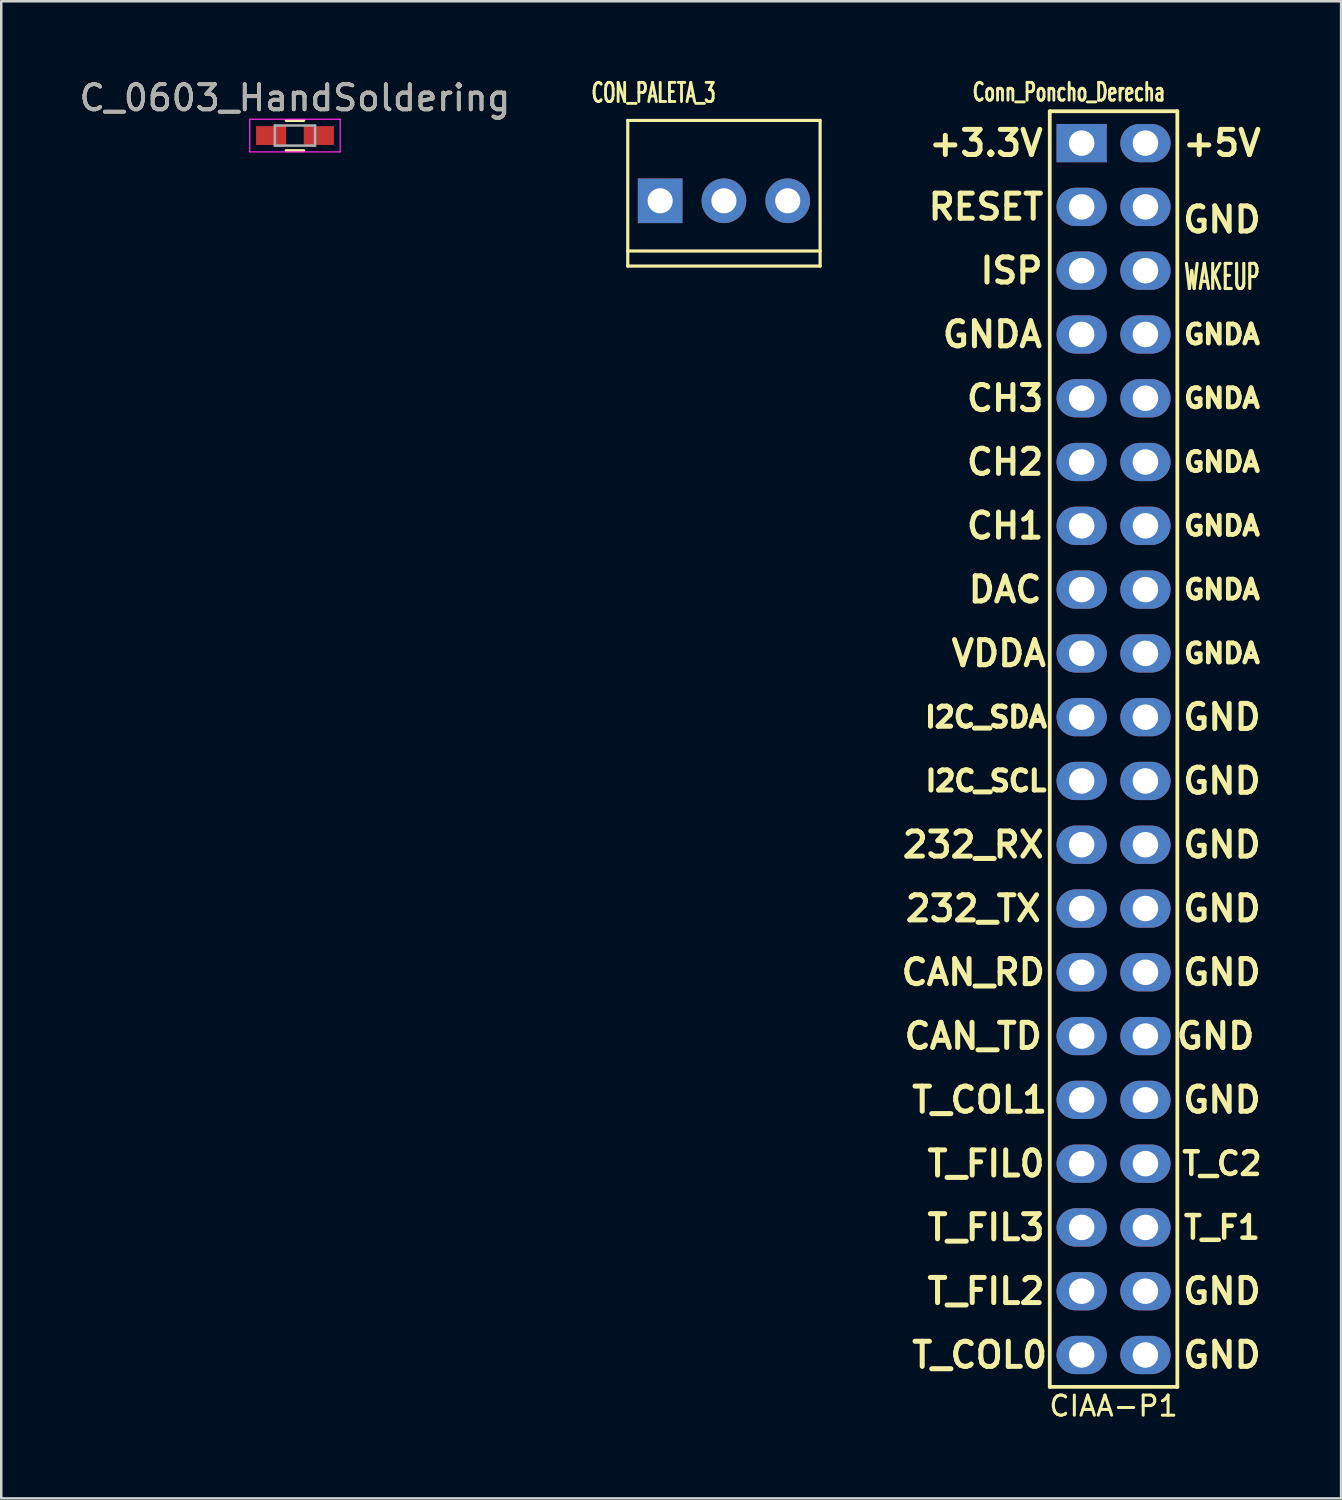
<source format=kicad_pcb>
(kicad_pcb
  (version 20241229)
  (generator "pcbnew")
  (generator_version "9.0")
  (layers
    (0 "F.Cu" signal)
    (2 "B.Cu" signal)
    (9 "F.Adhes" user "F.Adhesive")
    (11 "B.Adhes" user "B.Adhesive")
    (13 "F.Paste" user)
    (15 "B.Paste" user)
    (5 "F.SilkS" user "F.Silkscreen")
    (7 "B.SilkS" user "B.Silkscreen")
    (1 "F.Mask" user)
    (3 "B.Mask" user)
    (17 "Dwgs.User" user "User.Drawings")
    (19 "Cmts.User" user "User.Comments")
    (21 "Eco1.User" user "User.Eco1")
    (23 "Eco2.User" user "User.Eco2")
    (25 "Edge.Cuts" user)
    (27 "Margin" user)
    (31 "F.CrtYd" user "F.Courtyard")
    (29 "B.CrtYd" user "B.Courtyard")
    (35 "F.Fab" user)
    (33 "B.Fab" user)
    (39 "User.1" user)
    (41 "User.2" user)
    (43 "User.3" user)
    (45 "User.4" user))
  (footprint "C_0603_HandSoldering"
    (layer "F.Cu")
    (at 8.696 2.348)
    (property "Reference" "C_0603_HandSoldering" (at 0 -1.5 0) (layer "F.SilkS") (effects (font (size 1 1) (thickness 0.15))))
    (attr smd)
    (fp_line (start -0.35 -0.6) (end 0.35 -0.6) (stroke (width 0.12) (type solid)) (layer "F.SilkS"))
    (fp_line (start 0.35 0.6) (end -0.35 0.6) (stroke (width 0.12) (type solid)) (layer "F.SilkS"))
    (fp_line (start -1.8 -0.65) (end -1.8 0.65) (stroke (width 0.05) (type solid)) (layer "F.CrtYd"))
    (fp_line (start -1.8 -0.65) (end 1.8 -0.65) (stroke (width 0.05) (type solid)) (layer "F.CrtYd"))
    (fp_line (start 1.8 0.65) (end -1.8 0.65) (stroke (width 0.05) (type solid)) (layer "F.CrtYd"))
    (fp_line (start 1.8 0.65) (end 1.8 -0.65) (stroke (width 0.05) (type solid)) (layer "F.CrtYd"))
    (fp_line (start -0.8 -0.4) (end 0.8 -0.4) (stroke (width 0.1) (type solid)) (layer "F.Fab"))
    (fp_line (start -0.8 0.4) (end -0.8 -0.4) (stroke (width 0.1) (type solid)) (layer "F.Fab"))
    (fp_line (start 0.8 -0.4) (end 0.8 0.4) (stroke (width 0.1) (type solid)) (layer "F.Fab"))
    (fp_line (start 0.8 0.4) (end -0.8 0.4) (stroke (width 0.1) (type solid)) (layer "F.Fab"))
    (fp_text user "${REFERENCE}" (at 0 -1.5 0) (layer "F.Fab") (effects (font (size 1 1) (thickness 0.15))))
    (pad "1" smd rect (at -0.95 0) (size 1.2 0.75) (layers "F.Cu" "F.Mask" "F.Paste"))
    (pad "2" smd rect (at 0.95 0) (size 1.2 0.75) (layers "F.Cu" "F.Mask" "F.Paste")))
  (footprint "CON_PALETA_3"
    (layer "F.Cu")
    (at 25.779 4.946)
    (property "Reference" "CON_PALETA_3" (at -2.8 -4.3 0) (layer "F.SilkS") (effects (font (size 0.762 0.457) (thickness 0.127))))
    (attr through_hole)
    (fp_line (start -3.83 -3.2) (end 3.83 -3.2) (stroke (width 0.127) (type solid)) (layer "F.SilkS"))
    (fp_line (start -3.83 2.6) (end -3.83 -3.2) (stroke (width 0.127) (type solid)) (layer "F.SilkS"))
    (fp_line (start 3.83 -3.2) (end 3.83 2.6) (stroke (width 0.127) (type solid)) (layer "F.SilkS"))
    (fp_line (start 3.83 2) (end -3.83 2) (stroke (width 0.127) (type solid)) (layer "F.SilkS"))
    (fp_line (start 3.83 2.6) (end -3.83 2.6) (stroke (width 0.127) (type solid)) (layer "F.SilkS"))
    (pad "1" thru_hole rect (at -2.54 0) (size 1.778 1.778) (drill 1) (layers "*.Cu" "*.Mask"))
    (pad "2" thru_hole circle (at 0 0) (size 1.778 1.778) (drill 1) (layers "*.Cu" "*.Mask"))
    (pad "3" thru_hole circle (at 2.54 0) (size 1.778 1.778) (drill 1) (layers "*.Cu" "*.Mask")))
  (footprint "Conn_Poncho_Derecha"
    (layer "F.Cu")
    (at 40.024 2.649)
    (property "Reference" "Conn_Poncho_Derecha" (at -0.508 -2.032 0) (layer "F.SilkS") (effects (font (size 0.711 0.457) (thickness 0.114))))
    (attr through_hole)
    (fp_line (start -1.27 49.53) (end -1.27 -1.27) (stroke (width 0.15) (type solid)) (layer "F.SilkS"))
    (fp_line (start 3.81 -1.27) (end -1.27 -1.27) (stroke (width 0.15) (type solid)) (layer "F.SilkS"))
    (fp_line (start 3.81 49.53) (end -1.27 49.53) (stroke (width 0.15) (type solid)) (layer "F.SilkS"))
    (fp_line (start 3.81 49.53) (end 3.81 -1.27) (stroke (width 0.15) (type solid)) (layer "F.SilkS"))
    (fp_text user "T_C2" (at 5.588 40.64 0) (layer "F.SilkS") (effects (font (size 0.9 0.9) (thickness 0.18))))
    (fp_text user "T_F1" (at 5.588 43.18 0) (layer "F.SilkS") (effects (font (size 0.9 0.9) (thickness 0.18))))
    (fp_text user "GNDA" (at 5.588 10.16 0) (layer "F.SilkS") (effects (font (size 0.76 0.76) (thickness 0.19))))
    (fp_text user "VDDA" (at -3.302 20.32 0) (layer "F.SilkS") (effects (font (size 1 1) (thickness 0.2))))
    (fp_text user "CAN_RD" (at -4.318 33.02 0) (layer "F.SilkS") (effects (font (size 1 1) (thickness 0.2))))
    (fp_text user "GNDA" (at -3.556 7.62 0) (layer "F.SilkS") (effects (font (size 1 1) (thickness 0.2))))
    (fp_text user "CH3" (at -3.048 10.16 0) (layer "F.SilkS") (effects (font (size 1 1) (thickness 0.2))))
    (fp_text user "GND" (at 5.588 38.1 0) (layer "F.SilkS") (effects (font (size 1 1) (thickness 0.2))))
    (fp_text user "+3.3V" (at -3.81 0 0) (layer "F.SilkS") (effects (font (size 1 1) (thickness 0.2))))
    (fp_text user "CIAA-P1" (at 1.27 50.292 0) (layer "F.SilkS") (effects (font (size 0.8 0.8) (thickness 0.12))))
    (fp_text user "GND" (at 5.588 30.48 0) (layer "F.SilkS") (effects (font (size 1 1) (thickness 0.2))))
    (fp_text user "GND" (at 5.588 33.02 0) (layer "F.SilkS") (effects (font (size 1 1) (thickness 0.2))))
    (fp_text user "GND" (at 5.588 22.86 0) (layer "F.SilkS") (effects (font (size 1 1) (thickness 0.2))))
    (fp_text user "DAC" (at -3.048 17.78 0) (layer "F.SilkS") (effects (font (size 1 1) (thickness 0.2))))
    (fp_text user "GND" (at 5.588 25.4 0) (layer "F.SilkS") (effects (font (size 1 1) (thickness 0.2))))
    (fp_text user "232_TX" (at -4.318 30.48 0) (layer "F.SilkS") (effects (font (size 1 1) (thickness 0.2))))
    (fp_text user "+5V" (at 5.588 0 0) (layer "F.SilkS") (effects (font (size 1 1) (thickness 0.2))))
    (fp_text user "CH2" (at -3.048 12.7 0) (layer "F.SilkS") (effects (font (size 1 1) (thickness 0.2))))
    (fp_text user "WAKEUP" (at 5.588 5.334 0) (layer "F.SilkS") (effects (font (size 1 0.5) (thickness 0.125))))
    (fp_text user "GND" (at 5.588 45.72 0) (layer "F.SilkS") (effects (font (size 1 1) (thickness 0.2))))
    (fp_text user "I2C_SCL" (at -3.81 25.4 0) (layer "F.SilkS") (effects (font (size 0.8 0.8) (thickness 0.2))))
    (fp_text user "ISP" (at -2.794 5.08 0) (layer "F.SilkS") (effects (font (size 1 1) (thickness 0.2))))
    (fp_text user "GNDA" (at 5.588 20.32 0) (layer "F.SilkS") (effects (font (size 0.76 0.76) (thickness 0.19))))
    (fp_text user "T_FIL2" (at -3.81 45.72 0) (layer "F.SilkS") (effects (font (size 1 1) (thickness 0.2))))
    (fp_text user "GND" (at 5.588 48.26 0) (layer "F.SilkS") (effects (font (size 1 1) (thickness 0.2))))
    (fp_text user "GNDA" (at 5.588 17.78 0) (layer "F.SilkS") (effects (font (size 0.76 0.76) (thickness 0.19))))
    (fp_text user "GND" (at 5.588 3.048 0) (layer "F.SilkS") (effects (font (size 1 1) (thickness 0.2))))
    (fp_text user "GND" (at 5.334 35.56 0) (layer "F.SilkS") (effects (font (size 1 1) (thickness 0.2))))
    (fp_text user "T_FIL0" (at -3.81 40.64 0) (layer "F.SilkS") (effects (font (size 1 1) (thickness 0.2))))
    (fp_text user "CAN_TD" (at -4.318 35.56 0) (layer "F.SilkS") (effects (font (size 1 1) (thickness 0.2))))
    (fp_text user "RESET" (at -3.81 2.54 0) (layer "F.SilkS") (effects (font (size 1 1) (thickness 0.2))))
    (fp_text user "CH1" (at -3.048 15.24 0) (layer "F.SilkS") (effects (font (size 1 1) (thickness 0.2))))
    (fp_text user "T_COL0" (at -4.064 48.26 0) (layer "F.SilkS") (effects (font (size 1 1) (thickness 0.2))))
    (fp_text user "GNDA" (at 5.588 12.7 0) (layer "F.SilkS") (effects (font (size 0.76 0.76) (thickness 0.19))))
    (fp_text user "GND" (at 5.588 27.94 0) (layer "F.SilkS") (effects (font (size 1 1) (thickness 0.2))))
    (fp_text user "T_COL1" (at -4.064 38.1 0) (layer "F.SilkS") (effects (font (size 1 1) (thickness 0.2))))
    (fp_text user "GNDA" (at 5.588 15.24 0) (layer "F.SilkS") (effects (font (size 0.76 0.76) (thickness 0.19))))
    (fp_text user "T_FIL3" (at -3.81 43.18 0) (layer "F.SilkS") (effects (font (size 1 1) (thickness 0.2))))
    (fp_text user "GNDA" (at 5.588 7.62 0) (layer "F.SilkS") (effects (font (size 0.76 0.76) (thickness 0.19))))
    (fp_text user "I2C_SDA" (at -3.81 22.86 0) (layer "F.SilkS") (effects (font (size 0.8 0.8) (thickness 0.2))))
    (fp_text user "232_RX" (at -4.318 27.94 0) (layer "F.SilkS") (effects (font (size 1 1) (thickness 0.2))))
    (pad "1" thru_hole rect (at 0 0 270) (size 1.524 2) (drill 1.016) (layers "*.Cu" "*.Mask"))
    (pad "2" thru_hole oval (at 2.54 0 270) (size 1.524 2) (drill 1.016) (layers "*.Cu" "*.Mask"))
    (pad "3" thru_hole oval (at 0 2.54 270) (size 1.524 2) (drill 1.016) (layers "*.Cu" "*.Mask"))
    (pad "4" thru_hole oval (at 2.54 2.54 270) (size 1.524 2) (drill 1.016) (layers "*.Cu" "*.Mask"))
    (pad "5" thru_hole oval (at 0 5.08 270) (size 1.524 2) (drill 1.016) (layers "*.Cu" "*.Mask"))
    (pad "6" thru_hole oval (at 2.54 5.08 270) (size 1.524 2) (drill 1.016) (layers "*.Cu" "*.Mask"))
    (pad "7" thru_hole oval (at 0 7.62 270) (size 1.524 2) (drill 1.016) (layers "*.Cu" "*.Mask"))
    (pad "8" thru_hole oval (at 2.54 7.62 270) (size 1.524 2) (drill 1.016) (layers "*.Cu" "*.Mask"))
    (pad "9" thru_hole oval (at 0 10.16 270) (size 1.524 2) (drill 1.016) (layers "*.Cu" "*.Mask"))
    (pad "10" thru_hole oval (at 2.54 10.16 270) (size 1.524 2) (drill 1.016) (layers "*.Cu" "*.Mask"))
    (pad "11" thru_hole oval (at 0 12.7 270) (size 1.524 2) (drill 1.016) (layers "*.Cu" "*.Mask"))
    (pad "12" thru_hole oval (at 2.54 12.7 270) (size 1.524 2) (drill 1.016) (layers "*.Cu" "*.Mask"))
    (pad "13" thru_hole oval (at 0 15.24 270) (size 1.524 2) (drill 1.016) (layers "*.Cu" "*.Mask"))
    (pad "14" thru_hole oval (at 2.54 15.24 270) (size 1.524 2) (drill 1.016) (layers "*.Cu" "*.Mask"))
    (pad "15" thru_hole oval (at 0 17.78 270) (size 1.524 2) (drill 1.016) (layers "*.Cu" "*.Mask"))
    (pad "16" thru_hole oval (at 2.54 17.78 270) (size 1.524 2) (drill 1.016) (layers "*.Cu" "*.Mask"))
    (pad "17" thru_hole oval (at 0 20.32 270) (size 1.524 2) (drill 1.016) (layers "*.Cu" "*.Mask"))
    (pad "18" thru_hole oval (at 2.54 20.32 270) (size 1.524 2) (drill 1.016) (layers "*.Cu" "*.Mask"))
    (pad "19" thru_hole oval (at 0 22.86 270) (size 1.524 2) (drill 1.016) (layers "*.Cu" "*.Mask"))
    (pad "20" thru_hole oval (at 2.54 22.86 270) (size 1.524 2) (drill 1.016) (layers "*.Cu" "*.Mask"))
    (pad "21" thru_hole oval (at 0 25.4 270) (size 1.524 2) (drill 1.016) (layers "*.Cu" "*.Mask"))
    (pad "22" thru_hole oval (at 2.54 25.4 270) (size 1.524 2) (drill 1.016) (layers "*.Cu" "*.Mask"))
    (pad "23" thru_hole oval (at 0 27.94 270) (size 1.524 2) (drill 1.016) (layers "*.Cu" "*.Mask"))
    (pad "24" thru_hole oval (at 2.54 27.94 270) (size 1.524 2) (drill 1.016) (layers "*.Cu" "*.Mask"))
    (pad "25" thru_hole oval (at 0 30.48 270) (size 1.524 2) (drill 1.016) (layers "*.Cu" "*.Mask"))
    (pad "26" thru_hole oval (at 2.54 30.48 270) (size 1.524 2) (drill 1.016) (layers "*.Cu" "*.Mask"))
    (pad "27" thru_hole oval (at 0 33.02 270) (size 1.524 2) (drill 1.016) (layers "*.Cu" "*.Mask"))
    (pad "28" thru_hole oval (at 2.54 33.02 270) (size 1.524 2) (drill 1.016) (layers "*.Cu" "*.Mask"))
    (pad "29" thru_hole oval (at 0 35.56 270) (size 1.524 2) (drill 1.016) (layers "*.Cu" "*.Mask"))
    (pad "30" thru_hole oval (at 2.54 35.56 270) (size 1.524 2) (drill 1.016) (layers "*.Cu" "*.Mask"))
    (pad "31" thru_hole oval (at 0 38.1 270) (size 1.524 2) (drill 1.016) (layers "*.Cu" "*.Mask"))
    (pad "32" thru_hole oval (at 2.54 38.1 270) (size 1.524 2) (drill 1.016) (layers "*.Cu" "*.Mask"))
    (pad "33" thru_hole oval (at 0 40.64 270) (size 1.524 2) (drill 1.016) (layers "*.Cu" "*.Mask"))
    (pad "34" thru_hole oval (at 2.54 40.64 270) (size 1.524 2) (drill 1.016) (layers "*.Cu" "*.Mask"))
    (pad "35" thru_hole oval (at 0 43.18 270) (size 1.524 2) (drill 1.016) (layers "*.Cu" "*.Mask"))
    (pad "36" thru_hole oval (at 2.54 43.18 270) (size 1.524 2) (drill 1.016) (layers "*.Cu" "*.Mask"))
    (pad "37" thru_hole oval (at 0 45.72 270) (size 1.524 2) (drill 1.016) (layers "*.Cu" "*.Mask"))
    (pad "38" thru_hole oval (at 2.54 45.72 270) (size 1.524 2) (drill 1.016) (layers "*.Cu" "*.Mask"))
    (pad "39" thru_hole oval (at 0 48.26 270) (size 1.524 2) (drill 1.016) (layers "*.Cu" "*.Mask"))
    (pad "40" thru_hole oval (at 2.54 48.26 270) (size 1.524 2) (drill 1.016) (layers "*.Cu" "*.Mask")))
  (gr_rect
    (start -3 -3)
    (end 50.356 56.619)
    (stroke (width 0.1) (type default))
    (fill no)
    (layer "Edge.Cuts")))
</source>
